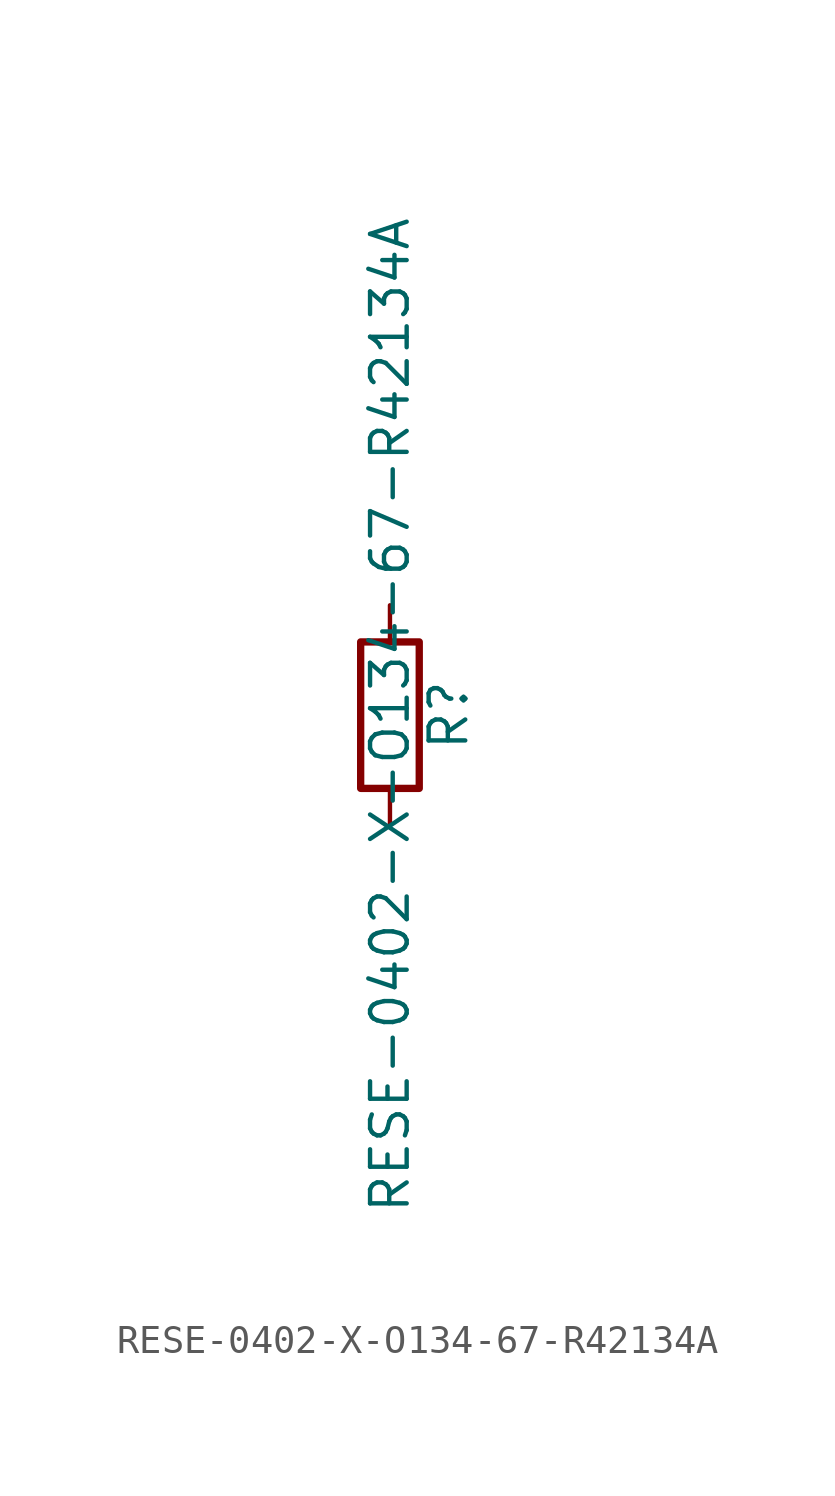
<source format=kicad_sym>
(kicad_symbol_lib
  (version 20211014)
  (generator kicad_symbol_editor)
  (symbol "RESE-0402-X-O134-67-R42134A"
    (pin_numbers hide)
    (pin_names
      (offset 0))
    (property "Reference" "R"
      (at 2.032 0 90)
      (effects (font (size 1.27 1.27))))
    (property "Value" "RESE-0402-X-O134-67-R42134A"
      (at 0 0 90)
      (effects (font (size 1.27 1.27))))
    (symbol "RESE-0402-X-O134-67-R42134A_0_1"
      (rectangle (start -1.016 -2.54) (end 1.016 2.54) (stroke (width 0.254) (type default) (color 0 0 0 0)) (fill (type none))))
    (symbol "RESE-0402-X-O134-67-R42134A_1_1"
      (pin passive line (at 0 3.81 270) (length 1.27) (name "~" (effects (font (size 1.27 1.27)))) (number "1" (effects (font (size 1.27 1.27)))))
      (pin passive line (at 0 -3.81 90) (length 1.27) (name "~" (effects (font (size 1.27 1.27)))) (number "2" (effects (font (size 1.27 1.27))))))))
</source>
